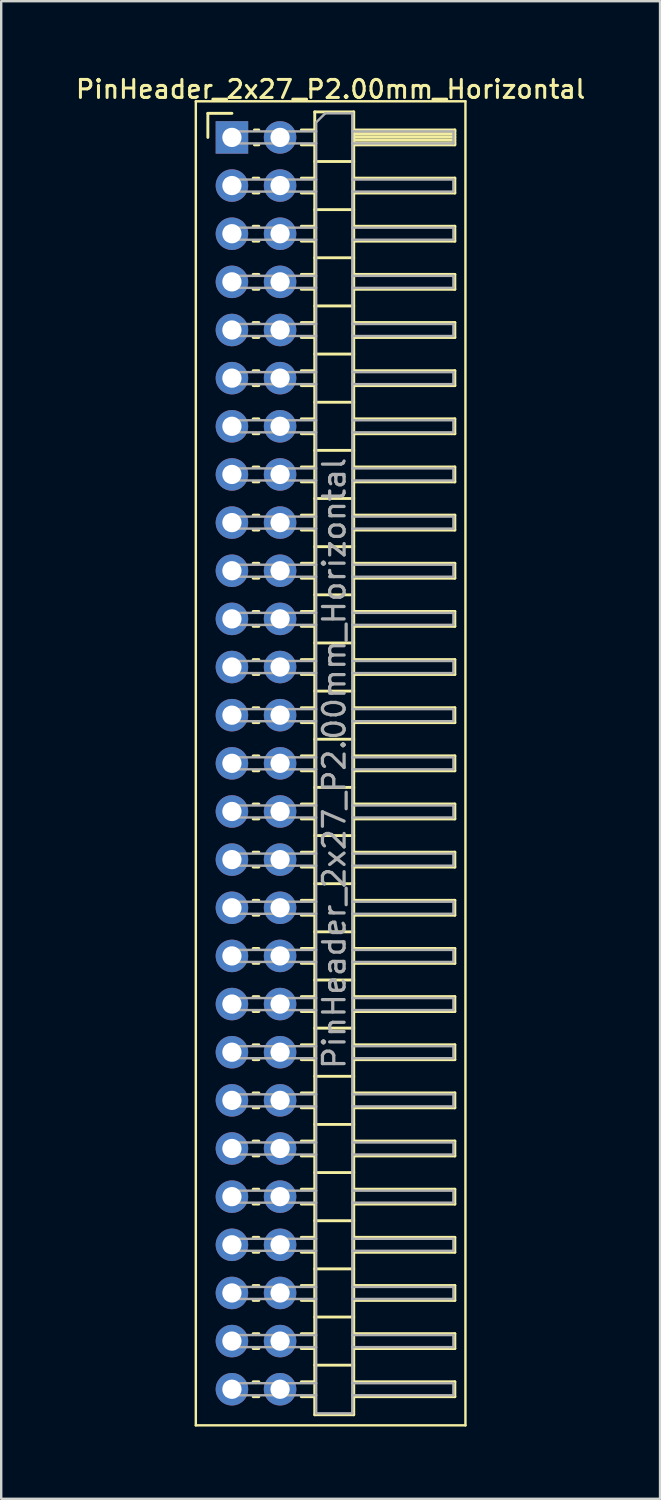
<source format=kicad_pcb>
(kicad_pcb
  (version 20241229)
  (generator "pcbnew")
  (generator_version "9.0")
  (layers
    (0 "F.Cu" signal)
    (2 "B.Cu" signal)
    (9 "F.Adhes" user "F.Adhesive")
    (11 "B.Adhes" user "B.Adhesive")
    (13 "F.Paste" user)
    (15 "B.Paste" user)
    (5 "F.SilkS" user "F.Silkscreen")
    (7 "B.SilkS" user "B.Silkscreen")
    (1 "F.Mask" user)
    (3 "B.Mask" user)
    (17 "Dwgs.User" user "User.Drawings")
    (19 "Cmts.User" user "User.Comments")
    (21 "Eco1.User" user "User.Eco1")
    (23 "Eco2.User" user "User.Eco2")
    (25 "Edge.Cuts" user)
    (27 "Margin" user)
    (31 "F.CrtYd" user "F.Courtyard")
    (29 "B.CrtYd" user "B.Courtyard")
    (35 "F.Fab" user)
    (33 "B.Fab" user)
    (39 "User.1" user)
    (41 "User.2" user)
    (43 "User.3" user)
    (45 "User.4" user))
  (footprint "PinHeader_2x27_P2.00mm_Horizontal"
    (layer "F.Cu")
    (at 6.584 2.658)
    (property "Reference" "PinHeader_2x27_P2.00mm_Horizontal" (at 4.1 -2 0) (layer "F.SilkS") (effects (font (size 0.75 0.75) (thickness 0.125))))
    (attr through_hole)
    (fp_line (start -1.5 -1.5) (end -1.5 53.5) (stroke (width 0.1) (type solid)) (layer "F.SilkS"))
    (fp_line (start -1.5 53.5) (end 9.7 53.5) (stroke (width 0.1) (type solid)) (layer "F.SilkS"))
    (fp_line (start -1 -1) (end 0 -1) (stroke (width 0.12) (type solid)) (layer "F.SilkS"))
    (fp_line (start -1 0) (end -1 -1) (stroke (width 0.12) (type solid)) (layer "F.SilkS"))
    (fp_line (start 0.882 1.69) (end 1.118 1.69) (stroke (width 0.12) (type solid)) (layer "F.SilkS"))
    (fp_line (start 0.882 2.31) (end 1.118 2.31) (stroke (width 0.12) (type solid)) (layer "F.SilkS"))
    (fp_line (start 0.882 3.69) (end 1.118 3.69) (stroke (width 0.12) (type solid)) (layer "F.SilkS"))
    (fp_line (start 0.882 4.31) (end 1.118 4.31) (stroke (width 0.12) (type solid)) (layer "F.SilkS"))
    (fp_line (start 0.882 5.69) (end 1.118 5.69) (stroke (width 0.12) (type solid)) (layer "F.SilkS"))
    (fp_line (start 0.882 6.31) (end 1.118 6.31) (stroke (width 0.12) (type solid)) (layer "F.SilkS"))
    (fp_line (start 0.882 7.69) (end 1.118 7.69) (stroke (width 0.12) (type solid)) (layer "F.SilkS"))
    (fp_line (start 0.882 8.31) (end 1.118 8.31) (stroke (width 0.12) (type solid)) (layer "F.SilkS"))
    (fp_line (start 0.882 9.69) (end 1.118 9.69) (stroke (width 0.12) (type solid)) (layer "F.SilkS"))
    (fp_line (start 0.882 10.31) (end 1.118 10.31) (stroke (width 0.12) (type solid)) (layer "F.SilkS"))
    (fp_line (start 0.882 11.69) (end 1.118 11.69) (stroke (width 0.12) (type solid)) (layer "F.SilkS"))
    (fp_line (start 0.882 12.31) (end 1.118 12.31) (stroke (width 0.12) (type solid)) (layer "F.SilkS"))
    (fp_line (start 0.882 13.69) (end 1.118 13.69) (stroke (width 0.12) (type solid)) (layer "F.SilkS"))
    (fp_line (start 0.882 14.31) (end 1.118 14.31) (stroke (width 0.12) (type solid)) (layer "F.SilkS"))
    (fp_line (start 0.882 15.69) (end 1.118 15.69) (stroke (width 0.12) (type solid)) (layer "F.SilkS"))
    (fp_line (start 0.882 16.31) (end 1.118 16.31) (stroke (width 0.12) (type solid)) (layer "F.SilkS"))
    (fp_line (start 0.882 17.69) (end 1.118 17.69) (stroke (width 0.12) (type solid)) (layer "F.SilkS"))
    (fp_line (start 0.882 18.31) (end 1.118 18.31) (stroke (width 0.12) (type solid)) (layer "F.SilkS"))
    (fp_line (start 0.882 19.69) (end 1.118 19.69) (stroke (width 0.12) (type solid)) (layer "F.SilkS"))
    (fp_line (start 0.882 20.31) (end 1.118 20.31) (stroke (width 0.12) (type solid)) (layer "F.SilkS"))
    (fp_line (start 0.882 21.69) (end 1.118 21.69) (stroke (width 0.12) (type solid)) (layer "F.SilkS"))
    (fp_line (start 0.882 22.31) (end 1.118 22.31) (stroke (width 0.12) (type solid)) (layer "F.SilkS"))
    (fp_line (start 0.882 23.69) (end 1.118 23.69) (stroke (width 0.12) (type solid)) (layer "F.SilkS"))
    (fp_line (start 0.882 24.31) (end 1.118 24.31) (stroke (width 0.12) (type solid)) (layer "F.SilkS"))
    (fp_line (start 0.882 25.69) (end 1.118 25.69) (stroke (width 0.12) (type solid)) (layer "F.SilkS"))
    (fp_line (start 0.882 26.31) (end 1.118 26.31) (stroke (width 0.12) (type solid)) (layer "F.SilkS"))
    (fp_line (start 0.882 27.69) (end 1.118 27.69) (stroke (width 0.12) (type solid)) (layer "F.SilkS"))
    (fp_line (start 0.882 28.31) (end 1.118 28.31) (stroke (width 0.12) (type solid)) (layer "F.SilkS"))
    (fp_line (start 0.882 29.69) (end 1.118 29.69) (stroke (width 0.12) (type solid)) (layer "F.SilkS"))
    (fp_line (start 0.882 30.31) (end 1.118 30.31) (stroke (width 0.12) (type solid)) (layer "F.SilkS"))
    (fp_line (start 0.882 31.69) (end 1.118 31.69) (stroke (width 0.12) (type solid)) (layer "F.SilkS"))
    (fp_line (start 0.882 32.31) (end 1.118 32.31) (stroke (width 0.12) (type solid)) (layer "F.SilkS"))
    (fp_line (start 0.882 33.69) (end 1.118 33.69) (stroke (width 0.12) (type solid)) (layer "F.SilkS"))
    (fp_line (start 0.882 34.31) (end 1.118 34.31) (stroke (width 0.12) (type solid)) (layer "F.SilkS"))
    (fp_line (start 0.882 35.69) (end 1.118 35.69) (stroke (width 0.12) (type solid)) (layer "F.SilkS"))
    (fp_line (start 0.882 36.31) (end 1.118 36.31) (stroke (width 0.12) (type solid)) (layer "F.SilkS"))
    (fp_line (start 0.882 37.69) (end 1.118 37.69) (stroke (width 0.12) (type solid)) (layer "F.SilkS"))
    (fp_line (start 0.882 38.31) (end 1.118 38.31) (stroke (width 0.12) (type solid)) (layer "F.SilkS"))
    (fp_line (start 0.882 39.69) (end 1.118 39.69) (stroke (width 0.12) (type solid)) (layer "F.SilkS"))
    (fp_line (start 0.882 40.31) (end 1.118 40.31) (stroke (width 0.12) (type solid)) (layer "F.SilkS"))
    (fp_line (start 0.882 41.69) (end 1.118 41.69) (stroke (width 0.12) (type solid)) (layer "F.SilkS"))
    (fp_line (start 0.882 42.31) (end 1.118 42.31) (stroke (width 0.12) (type solid)) (layer "F.SilkS"))
    (fp_line (start 0.882 43.69) (end 1.118 43.69) (stroke (width 0.12) (type solid)) (layer "F.SilkS"))
    (fp_line (start 0.882 44.31) (end 1.118 44.31) (stroke (width 0.12) (type solid)) (layer "F.SilkS"))
    (fp_line (start 0.882 45.69) (end 1.118 45.69) (stroke (width 0.12) (type solid)) (layer "F.SilkS"))
    (fp_line (start 0.882 46.31) (end 1.118 46.31) (stroke (width 0.12) (type solid)) (layer "F.SilkS"))
    (fp_line (start 0.882 47.69) (end 1.118 47.69) (stroke (width 0.12) (type solid)) (layer "F.SilkS"))
    (fp_line (start 0.882 48.31) (end 1.118 48.31) (stroke (width 0.12) (type solid)) (layer "F.SilkS"))
    (fp_line (start 0.882 49.69) (end 1.118 49.69) (stroke (width 0.12) (type solid)) (layer "F.SilkS"))
    (fp_line (start 0.882 50.31) (end 1.118 50.31) (stroke (width 0.12) (type solid)) (layer "F.SilkS"))
    (fp_line (start 0.882 51.69) (end 1.118 51.69) (stroke (width 0.12) (type solid)) (layer "F.SilkS"))
    (fp_line (start 0.882 52.31) (end 1.118 52.31) (stroke (width 0.12) (type solid)) (layer "F.SilkS"))
    (fp_line (start 0.935 -0.31) (end 1.118 -0.31) (stroke (width 0.12) (type solid)) (layer "F.SilkS"))
    (fp_line (start 0.935 0.31) (end 1.118 0.31) (stroke (width 0.12) (type solid)) (layer "F.SilkS"))
    (fp_line (start 2.882 -0.31) (end 3.44 -0.31) (stroke (width 0.12) (type solid)) (layer "F.SilkS"))
    (fp_line (start 2.882 0.31) (end 3.44 0.31) (stroke (width 0.12) (type solid)) (layer "F.SilkS"))
    (fp_line (start 2.882 1.69) (end 3.44 1.69) (stroke (width 0.12) (type solid)) (layer "F.SilkS"))
    (fp_line (start 2.882 2.31) (end 3.44 2.31) (stroke (width 0.12) (type solid)) (layer "F.SilkS"))
    (fp_line (start 2.882 3.69) (end 3.44 3.69) (stroke (width 0.12) (type solid)) (layer "F.SilkS"))
    (fp_line (start 2.882 4.31) (end 3.44 4.31) (stroke (width 0.12) (type solid)) (layer "F.SilkS"))
    (fp_line (start 2.882 5.69) (end 3.44 5.69) (stroke (width 0.12) (type solid)) (layer "F.SilkS"))
    (fp_line (start 2.882 6.31) (end 3.44 6.31) (stroke (width 0.12) (type solid)) (layer "F.SilkS"))
    (fp_line (start 2.882 7.69) (end 3.44 7.69) (stroke (width 0.12) (type solid)) (layer "F.SilkS"))
    (fp_line (start 2.882 8.31) (end 3.44 8.31) (stroke (width 0.12) (type solid)) (layer "F.SilkS"))
    (fp_line (start 2.882 9.69) (end 3.44 9.69) (stroke (width 0.12) (type solid)) (layer "F.SilkS"))
    (fp_line (start 2.882 10.31) (end 3.44 10.31) (stroke (width 0.12) (type solid)) (layer "F.SilkS"))
    (fp_line (start 2.882 11.69) (end 3.44 11.69) (stroke (width 0.12) (type solid)) (layer "F.SilkS"))
    (fp_line (start 2.882 12.31) (end 3.44 12.31) (stroke (width 0.12) (type solid)) (layer "F.SilkS"))
    (fp_line (start 2.882 13.69) (end 3.44 13.69) (stroke (width 0.12) (type solid)) (layer "F.SilkS"))
    (fp_line (start 2.882 14.31) (end 3.44 14.31) (stroke (width 0.12) (type solid)) (layer "F.SilkS"))
    (fp_line (start 2.882 15.69) (end 3.44 15.69) (stroke (width 0.12) (type solid)) (layer "F.SilkS"))
    (fp_line (start 2.882 16.31) (end 3.44 16.31) (stroke (width 0.12) (type solid)) (layer "F.SilkS"))
    (fp_line (start 2.882 17.69) (end 3.44 17.69) (stroke (width 0.12) (type solid)) (layer "F.SilkS"))
    (fp_line (start 2.882 18.31) (end 3.44 18.31) (stroke (width 0.12) (type solid)) (layer "F.SilkS"))
    (fp_line (start 2.882 19.69) (end 3.44 19.69) (stroke (width 0.12) (type solid)) (layer "F.SilkS"))
    (fp_line (start 2.882 20.31) (end 3.44 20.31) (stroke (width 0.12) (type solid)) (layer "F.SilkS"))
    (fp_line (start 2.882 21.69) (end 3.44 21.69) (stroke (width 0.12) (type solid)) (layer "F.SilkS"))
    (fp_line (start 2.882 22.31) (end 3.44 22.31) (stroke (width 0.12) (type solid)) (layer "F.SilkS"))
    (fp_line (start 2.882 23.69) (end 3.44 23.69) (stroke (width 0.12) (type solid)) (layer "F.SilkS"))
    (fp_line (start 2.882 24.31) (end 3.44 24.31) (stroke (width 0.12) (type solid)) (layer "F.SilkS"))
    (fp_line (start 2.882 25.69) (end 3.44 25.69) (stroke (width 0.12) (type solid)) (layer "F.SilkS"))
    (fp_line (start 2.882 26.31) (end 3.44 26.31) (stroke (width 0.12) (type solid)) (layer "F.SilkS"))
    (fp_line (start 2.882 27.69) (end 3.44 27.69) (stroke (width 0.12) (type solid)) (layer "F.SilkS"))
    (fp_line (start 2.882 28.31) (end 3.44 28.31) (stroke (width 0.12) (type solid)) (layer "F.SilkS"))
    (fp_line (start 2.882 29.69) (end 3.44 29.69) (stroke (width 0.12) (type solid)) (layer "F.SilkS"))
    (fp_line (start 2.882 30.31) (end 3.44 30.31) (stroke (width 0.12) (type solid)) (layer "F.SilkS"))
    (fp_line (start 2.882 31.69) (end 3.44 31.69) (stroke (width 0.12) (type solid)) (layer "F.SilkS"))
    (fp_line (start 2.882 32.31) (end 3.44 32.31) (stroke (width 0.12) (type solid)) (layer "F.SilkS"))
    (fp_line (start 2.882 33.69) (end 3.44 33.69) (stroke (width 0.12) (type solid)) (layer "F.SilkS"))
    (fp_line (start 2.882 34.31) (end 3.44 34.31) (stroke (width 0.12) (type solid)) (layer "F.SilkS"))
    (fp_line (start 2.882 35.69) (end 3.44 35.69) (stroke (width 0.12) (type solid)) (layer "F.SilkS"))
    (fp_line (start 2.882 36.31) (end 3.44 36.31) (stroke (width 0.12) (type solid)) (layer "F.SilkS"))
    (fp_line (start 2.882 37.69) (end 3.44 37.69) (stroke (width 0.12) (type solid)) (layer "F.SilkS"))
    (fp_line (start 2.882 38.31) (end 3.44 38.31) (stroke (width 0.12) (type solid)) (layer "F.SilkS"))
    (fp_line (start 2.882 39.69) (end 3.44 39.69) (stroke (width 0.12) (type solid)) (layer "F.SilkS"))
    (fp_line (start 2.882 40.31) (end 3.44 40.31) (stroke (width 0.12) (type solid)) (layer "F.SilkS"))
    (fp_line (start 2.882 41.69) (end 3.44 41.69) (stroke (width 0.12) (type solid)) (layer "F.SilkS"))
    (fp_line (start 2.882 42.31) (end 3.44 42.31) (stroke (width 0.12) (type solid)) (layer "F.SilkS"))
    (fp_line (start 2.882 43.69) (end 3.44 43.69) (stroke (width 0.12) (type solid)) (layer "F.SilkS"))
    (fp_line (start 2.882 44.31) (end 3.44 44.31) (stroke (width 0.12) (type solid)) (layer "F.SilkS"))
    (fp_line (start 2.882 45.69) (end 3.44 45.69) (stroke (width 0.12) (type solid)) (layer "F.SilkS"))
    (fp_line (start 2.882 46.31) (end 3.44 46.31) (stroke (width 0.12) (type solid)) (layer "F.SilkS"))
    (fp_line (start 2.882 47.69) (end 3.44 47.69) (stroke (width 0.12) (type solid)) (layer "F.SilkS"))
    (fp_line (start 2.882 48.31) (end 3.44 48.31) (stroke (width 0.12) (type solid)) (layer "F.SilkS"))
    (fp_line (start 2.882 49.69) (end 3.44 49.69) (stroke (width 0.12) (type solid)) (layer "F.SilkS"))
    (fp_line (start 2.882 50.31) (end 3.44 50.31) (stroke (width 0.12) (type solid)) (layer "F.SilkS"))
    (fp_line (start 2.882 51.69) (end 3.44 51.69) (stroke (width 0.12) (type solid)) (layer "F.SilkS"))
    (fp_line (start 2.882 52.31) (end 3.44 52.31) (stroke (width 0.12) (type solid)) (layer "F.SilkS"))
    (fp_line (start 3.44 -1.06) (end 3.44 53.06) (stroke (width 0.12) (type solid)) (layer "F.SilkS"))
    (fp_line (start 3.44 1) (end 5.06 1) (stroke (width 0.12) (type solid)) (layer "F.SilkS"))
    (fp_line (start 3.44 3) (end 5.06 3) (stroke (width 0.12) (type solid)) (layer "F.SilkS"))
    (fp_line (start 3.44 5) (end 5.06 5) (stroke (width 0.12) (type solid)) (layer "F.SilkS"))
    (fp_line (start 3.44 7) (end 5.06 7) (stroke (width 0.12) (type solid)) (layer "F.SilkS"))
    (fp_line (start 3.44 9) (end 5.06 9) (stroke (width 0.12) (type solid)) (layer "F.SilkS"))
    (fp_line (start 3.44 11) (end 5.06 11) (stroke (width 0.12) (type solid)) (layer "F.SilkS"))
    (fp_line (start 3.44 13) (end 5.06 13) (stroke (width 0.12) (type solid)) (layer "F.SilkS"))
    (fp_line (start 3.44 15) (end 5.06 15) (stroke (width 0.12) (type solid)) (layer "F.SilkS"))
    (fp_line (start 3.44 17) (end 5.06 17) (stroke (width 0.12) (type solid)) (layer "F.SilkS"))
    (fp_line (start 3.44 19) (end 5.06 19) (stroke (width 0.12) (type solid)) (layer "F.SilkS"))
    (fp_line (start 3.44 21) (end 5.06 21) (stroke (width 0.12) (type solid)) (layer "F.SilkS"))
    (fp_line (start 3.44 23) (end 5.06 23) (stroke (width 0.12) (type solid)) (layer "F.SilkS"))
    (fp_line (start 3.44 25) (end 5.06 25) (stroke (width 0.12) (type solid)) (layer "F.SilkS"))
    (fp_line (start 3.44 27) (end 5.06 27) (stroke (width 0.12) (type solid)) (layer "F.SilkS"))
    (fp_line (start 3.44 29) (end 5.06 29) (stroke (width 0.12) (type solid)) (layer "F.SilkS"))
    (fp_line (start 3.44 31) (end 5.06 31) (stroke (width 0.12) (type solid)) (layer "F.SilkS"))
    (fp_line (start 3.44 33) (end 5.06 33) (stroke (width 0.12) (type solid)) (layer "F.SilkS"))
    (fp_line (start 3.44 35) (end 5.06 35) (stroke (width 0.12) (type solid)) (layer "F.SilkS"))
    (fp_line (start 3.44 37) (end 5.06 37) (stroke (width 0.12) (type solid)) (layer "F.SilkS"))
    (fp_line (start 3.44 39) (end 5.06 39) (stroke (width 0.12) (type solid)) (layer "F.SilkS"))
    (fp_line (start 3.44 41) (end 5.06 41) (stroke (width 0.12) (type solid)) (layer "F.SilkS"))
    (fp_line (start 3.44 43) (end 5.06 43) (stroke (width 0.12) (type solid)) (layer "F.SilkS"))
    (fp_line (start 3.44 45) (end 5.06 45) (stroke (width 0.12) (type solid)) (layer "F.SilkS"))
    (fp_line (start 3.44 47) (end 5.06 47) (stroke (width 0.12) (type solid)) (layer "F.SilkS"))
    (fp_line (start 3.44 49) (end 5.06 49) (stroke (width 0.12) (type solid)) (layer "F.SilkS"))
    (fp_line (start 3.44 51) (end 5.06 51) (stroke (width 0.12) (type solid)) (layer "F.SilkS"))
    (fp_line (start 3.44 53.06) (end 5.06 53.06) (stroke (width 0.12) (type solid)) (layer "F.SilkS"))
    (fp_line (start 5.06 -1.06) (end 3.44 -1.06) (stroke (width 0.12) (type solid)) (layer "F.SilkS"))
    (fp_line (start 5.06 -0.31) (end 9.26 -0.31) (stroke (width 0.12) (type solid)) (layer "F.SilkS"))
    (fp_line (start 5.06 -0.25) (end 9.26 -0.25) (stroke (width 0.12) (type solid)) (layer "F.SilkS"))
    (fp_line (start 5.06 -0.13) (end 9.26 -0.13) (stroke (width 0.12) (type solid)) (layer "F.SilkS"))
    (fp_line (start 5.06 -0.01) (end 9.26 -0.01) (stroke (width 0.12) (type solid)) (layer "F.SilkS"))
    (fp_line (start 5.06 0.11) (end 9.26 0.11) (stroke (width 0.12) (type solid)) (layer "F.SilkS"))
    (fp_line (start 5.06 0.23) (end 9.26 0.23) (stroke (width 0.12) (type solid)) (layer "F.SilkS"))
    (fp_line (start 5.06 1.69) (end 9.26 1.69) (stroke (width 0.12) (type solid)) (layer "F.SilkS"))
    (fp_line (start 5.06 3.69) (end 9.26 3.69) (stroke (width 0.12) (type solid)) (layer "F.SilkS"))
    (fp_line (start 5.06 5.69) (end 9.26 5.69) (stroke (width 0.12) (type solid)) (layer "F.SilkS"))
    (fp_line (start 5.06 7.69) (end 9.26 7.69) (stroke (width 0.12) (type solid)) (layer "F.SilkS"))
    (fp_line (start 5.06 9.69) (end 9.26 9.69) (stroke (width 0.12) (type solid)) (layer "F.SilkS"))
    (fp_line (start 5.06 11.69) (end 9.26 11.69) (stroke (width 0.12) (type solid)) (layer "F.SilkS"))
    (fp_line (start 5.06 13.69) (end 9.26 13.69) (stroke (width 0.12) (type solid)) (layer "F.SilkS"))
    (fp_line (start 5.06 15.69) (end 9.26 15.69) (stroke (width 0.12) (type solid)) (layer "F.SilkS"))
    (fp_line (start 5.06 17.69) (end 9.26 17.69) (stroke (width 0.12) (type solid)) (layer "F.SilkS"))
    (fp_line (start 5.06 19.69) (end 9.26 19.69) (stroke (width 0.12) (type solid)) (layer "F.SilkS"))
    (fp_line (start 5.06 21.69) (end 9.26 21.69) (stroke (width 0.12) (type solid)) (layer "F.SilkS"))
    (fp_line (start 5.06 23.69) (end 9.26 23.69) (stroke (width 0.12) (type solid)) (layer "F.SilkS"))
    (fp_line (start 5.06 25.69) (end 9.26 25.69) (stroke (width 0.12) (type solid)) (layer "F.SilkS"))
    (fp_line (start 5.06 27.69) (end 9.26 27.69) (stroke (width 0.12) (type solid)) (layer "F.SilkS"))
    (fp_line (start 5.06 29.69) (end 9.26 29.69) (stroke (width 0.12) (type solid)) (layer "F.SilkS"))
    (fp_line (start 5.06 31.69) (end 9.26 31.69) (stroke (width 0.12) (type solid)) (layer "F.SilkS"))
    (fp_line (start 5.06 33.69) (end 9.26 33.69) (stroke (width 0.12) (type solid)) (layer "F.SilkS"))
    (fp_line (start 5.06 35.69) (end 9.26 35.69) (stroke (width 0.12) (type solid)) (layer "F.SilkS"))
    (fp_line (start 5.06 37.69) (end 9.26 37.69) (stroke (width 0.12) (type solid)) (layer "F.SilkS"))
    (fp_line (start 5.06 39.69) (end 9.26 39.69) (stroke (width 0.12) (type solid)) (layer "F.SilkS"))
    (fp_line (start 5.06 41.69) (end 9.26 41.69) (stroke (width 0.12) (type solid)) (layer "F.SilkS"))
    (fp_line (start 5.06 43.69) (end 9.26 43.69) (stroke (width 0.12) (type solid)) (layer "F.SilkS"))
    (fp_line (start 5.06 45.69) (end 9.26 45.69) (stroke (width 0.12) (type solid)) (layer "F.SilkS"))
    (fp_line (start 5.06 47.69) (end 9.26 47.69) (stroke (width 0.12) (type solid)) (layer "F.SilkS"))
    (fp_line (start 5.06 49.69) (end 9.26 49.69) (stroke (width 0.12) (type solid)) (layer "F.SilkS"))
    (fp_line (start 5.06 51.69) (end 9.26 51.69) (stroke (width 0.12) (type solid)) (layer "F.SilkS"))
    (fp_line (start 5.06 53.06) (end 5.06 -1.06) (stroke (width 0.12) (type solid)) (layer "F.SilkS"))
    (fp_line (start 9.26 -0.31) (end 9.26 0.31) (stroke (width 0.12) (type solid)) (layer "F.SilkS"))
    (fp_line (start 9.26 0.31) (end 5.06 0.31) (stroke (width 0.12) (type solid)) (layer "F.SilkS"))
    (fp_line (start 9.26 1.69) (end 9.26 2.31) (stroke (width 0.12) (type solid)) (layer "F.SilkS"))
    (fp_line (start 9.26 2.31) (end 5.06 2.31) (stroke (width 0.12) (type solid)) (layer "F.SilkS"))
    (fp_line (start 9.26 3.69) (end 9.26 4.31) (stroke (width 0.12) (type solid)) (layer "F.SilkS"))
    (fp_line (start 9.26 4.31) (end 5.06 4.31) (stroke (width 0.12) (type solid)) (layer "F.SilkS"))
    (fp_line (start 9.26 5.69) (end 9.26 6.31) (stroke (width 0.12) (type solid)) (layer "F.SilkS"))
    (fp_line (start 9.26 6.31) (end 5.06 6.31) (stroke (width 0.12) (type solid)) (layer "F.SilkS"))
    (fp_line (start 9.26 7.69) (end 9.26 8.31) (stroke (width 0.12) (type solid)) (layer "F.SilkS"))
    (fp_line (start 9.26 8.31) (end 5.06 8.31) (stroke (width 0.12) (type solid)) (layer "F.SilkS"))
    (fp_line (start 9.26 9.69) (end 9.26 10.31) (stroke (width 0.12) (type solid)) (layer "F.SilkS"))
    (fp_line (start 9.26 10.31) (end 5.06 10.31) (stroke (width 0.12) (type solid)) (layer "F.SilkS"))
    (fp_line (start 9.26 11.69) (end 9.26 12.31) (stroke (width 0.12) (type solid)) (layer "F.SilkS"))
    (fp_line (start 9.26 12.31) (end 5.06 12.31) (stroke (width 0.12) (type solid)) (layer "F.SilkS"))
    (fp_line (start 9.26 13.69) (end 9.26 14.31) (stroke (width 0.12) (type solid)) (layer "F.SilkS"))
    (fp_line (start 9.26 14.31) (end 5.06 14.31) (stroke (width 0.12) (type solid)) (layer "F.SilkS"))
    (fp_line (start 9.26 15.69) (end 9.26 16.31) (stroke (width 0.12) (type solid)) (layer "F.SilkS"))
    (fp_line (start 9.26 16.31) (end 5.06 16.31) (stroke (width 0.12) (type solid)) (layer "F.SilkS"))
    (fp_line (start 9.26 17.69) (end 9.26 18.31) (stroke (width 0.12) (type solid)) (layer "F.SilkS"))
    (fp_line (start 9.26 18.31) (end 5.06 18.31) (stroke (width 0.12) (type solid)) (layer "F.SilkS"))
    (fp_line (start 9.26 19.69) (end 9.26 20.31) (stroke (width 0.12) (type solid)) (layer "F.SilkS"))
    (fp_line (start 9.26 20.31) (end 5.06 20.31) (stroke (width 0.12) (type solid)) (layer "F.SilkS"))
    (fp_line (start 9.26 21.69) (end 9.26 22.31) (stroke (width 0.12) (type solid)) (layer "F.SilkS"))
    (fp_line (start 9.26 22.31) (end 5.06 22.31) (stroke (width 0.12) (type solid)) (layer "F.SilkS"))
    (fp_line (start 9.26 23.69) (end 9.26 24.31) (stroke (width 0.12) (type solid)) (layer "F.SilkS"))
    (fp_line (start 9.26 24.31) (end 5.06 24.31) (stroke (width 0.12) (type solid)) (layer "F.SilkS"))
    (fp_line (start 9.26 25.69) (end 9.26 26.31) (stroke (width 0.12) (type solid)) (layer "F.SilkS"))
    (fp_line (start 9.26 26.31) (end 5.06 26.31) (stroke (width 0.12) (type solid)) (layer "F.SilkS"))
    (fp_line (start 9.26 27.69) (end 9.26 28.31) (stroke (width 0.12) (type solid)) (layer "F.SilkS"))
    (fp_line (start 9.26 28.31) (end 5.06 28.31) (stroke (width 0.12) (type solid)) (layer "F.SilkS"))
    (fp_line (start 9.26 29.69) (end 9.26 30.31) (stroke (width 0.12) (type solid)) (layer "F.SilkS"))
    (fp_line (start 9.26 30.31) (end 5.06 30.31) (stroke (width 0.12) (type solid)) (layer "F.SilkS"))
    (fp_line (start 9.26 31.69) (end 9.26 32.31) (stroke (width 0.12) (type solid)) (layer "F.SilkS"))
    (fp_line (start 9.26 32.31) (end 5.06 32.31) (stroke (width 0.12) (type solid)) (layer "F.SilkS"))
    (fp_line (start 9.26 33.69) (end 9.26 34.31) (stroke (width 0.12) (type solid)) (layer "F.SilkS"))
    (fp_line (start 9.26 34.31) (end 5.06 34.31) (stroke (width 0.12) (type solid)) (layer "F.SilkS"))
    (fp_line (start 9.26 35.69) (end 9.26 36.31) (stroke (width 0.12) (type solid)) (layer "F.SilkS"))
    (fp_line (start 9.26 36.31) (end 5.06 36.31) (stroke (width 0.12) (type solid)) (layer "F.SilkS"))
    (fp_line (start 9.26 37.69) (end 9.26 38.31) (stroke (width 0.12) (type solid)) (layer "F.SilkS"))
    (fp_line (start 9.26 38.31) (end 5.06 38.31) (stroke (width 0.12) (type solid)) (layer "F.SilkS"))
    (fp_line (start 9.26 39.69) (end 9.26 40.31) (stroke (width 0.12) (type solid)) (layer "F.SilkS"))
    (fp_line (start 9.26 40.31) (end 5.06 40.31) (stroke (width 0.12) (type solid)) (layer "F.SilkS"))
    (fp_line (start 9.26 41.69) (end 9.26 42.31) (stroke (width 0.12) (type solid)) (layer "F.SilkS"))
    (fp_line (start 9.26 42.31) (end 5.06 42.31) (stroke (width 0.12) (type solid)) (layer "F.SilkS"))
    (fp_line (start 9.26 43.69) (end 9.26 44.31) (stroke (width 0.12) (type solid)) (layer "F.SilkS"))
    (fp_line (start 9.26 44.31) (end 5.06 44.31) (stroke (width 0.12) (type solid)) (layer "F.SilkS"))
    (fp_line (start 9.26 45.69) (end 9.26 46.31) (stroke (width 0.12) (type solid)) (layer "F.SilkS"))
    (fp_line (start 9.26 46.31) (end 5.06 46.31) (stroke (width 0.12) (type solid)) (layer "F.SilkS"))
    (fp_line (start 9.26 47.69) (end 9.26 48.31) (stroke (width 0.12) (type solid)) (layer "F.SilkS"))
    (fp_line (start 9.26 48.31) (end 5.06 48.31) (stroke (width 0.12) (type solid)) (layer "F.SilkS"))
    (fp_line (start 9.26 49.69) (end 9.26 50.31) (stroke (width 0.12) (type solid)) (layer "F.SilkS"))
    (fp_line (start 9.26 50.31) (end 5.06 50.31) (stroke (width 0.12) (type solid)) (layer "F.SilkS"))
    (fp_line (start 9.26 51.69) (end 9.26 52.31) (stroke (width 0.12) (type solid)) (layer "F.SilkS"))
    (fp_line (start 9.26 52.31) (end 5.06 52.31) (stroke (width 0.12) (type solid)) (layer "F.SilkS"))
    (fp_line (start 9.7 -1.5) (end -1.5 -1.5) (stroke (width 0.1) (type solid)) (layer "F.SilkS"))
    (fp_line (start 9.7 53.5) (end 9.7 -1.5) (stroke (width 0.1) (type solid)) (layer "F.SilkS"))
    (fp_line (start -0.25 -0.25) (end -0.25 0.25) (stroke (width 0.1) (type solid)) (layer "F.Fab"))
    (fp_line (start -0.25 -0.25) (end 3.5 -0.25) (stroke (width 0.1) (type solid)) (layer "F.Fab"))
    (fp_line (start -0.25 0.25) (end 3.5 0.25) (stroke (width 0.1) (type solid)) (layer "F.Fab"))
    (fp_line (start -0.25 1.75) (end -0.25 2.25) (stroke (width 0.1) (type solid)) (layer "F.Fab"))
    (fp_line (start -0.25 1.75) (end 3.5 1.75) (stroke (width 0.1) (type solid)) (layer "F.Fab"))
    (fp_line (start -0.25 2.25) (end 3.5 2.25) (stroke (width 0.1) (type solid)) (layer "F.Fab"))
    (fp_line (start -0.25 3.75) (end -0.25 4.25) (stroke (width 0.1) (type solid)) (layer "F.Fab"))
    (fp_line (start -0.25 3.75) (end 3.5 3.75) (stroke (width 0.1) (type solid)) (layer "F.Fab"))
    (fp_line (start -0.25 4.25) (end 3.5 4.25) (stroke (width 0.1) (type solid)) (layer "F.Fab"))
    (fp_line (start -0.25 5.75) (end -0.25 6.25) (stroke (width 0.1) (type solid)) (layer "F.Fab"))
    (fp_line (start -0.25 5.75) (end 3.5 5.75) (stroke (width 0.1) (type solid)) (layer "F.Fab"))
    (fp_line (start -0.25 6.25) (end 3.5 6.25) (stroke (width 0.1) (type solid)) (layer "F.Fab"))
    (fp_line (start -0.25 7.75) (end -0.25 8.25) (stroke (width 0.1) (type solid)) (layer "F.Fab"))
    (fp_line (start -0.25 7.75) (end 3.5 7.75) (stroke (width 0.1) (type solid)) (layer "F.Fab"))
    (fp_line (start -0.25 8.25) (end 3.5 8.25) (stroke (width 0.1) (type solid)) (layer "F.Fab"))
    (fp_line (start -0.25 9.75) (end -0.25 10.25) (stroke (width 0.1) (type solid)) (layer "F.Fab"))
    (fp_line (start -0.25 9.75) (end 3.5 9.75) (stroke (width 0.1) (type solid)) (layer "F.Fab"))
    (fp_line (start -0.25 10.25) (end 3.5 10.25) (stroke (width 0.1) (type solid)) (layer "F.Fab"))
    (fp_line (start -0.25 11.75) (end -0.25 12.25) (stroke (width 0.1) (type solid)) (layer "F.Fab"))
    (fp_line (start -0.25 11.75) (end 3.5 11.75) (stroke (width 0.1) (type solid)) (layer "F.Fab"))
    (fp_line (start -0.25 12.25) (end 3.5 12.25) (stroke (width 0.1) (type solid)) (layer "F.Fab"))
    (fp_line (start -0.25 13.75) (end -0.25 14.25) (stroke (width 0.1) (type solid)) (layer "F.Fab"))
    (fp_line (start -0.25 13.75) (end 3.5 13.75) (stroke (width 0.1) (type solid)) (layer "F.Fab"))
    (fp_line (start -0.25 14.25) (end 3.5 14.25) (stroke (width 0.1) (type solid)) (layer "F.Fab"))
    (fp_line (start -0.25 15.75) (end -0.25 16.25) (stroke (width 0.1) (type solid)) (layer "F.Fab"))
    (fp_line (start -0.25 15.75) (end 3.5 15.75) (stroke (width 0.1) (type solid)) (layer "F.Fab"))
    (fp_line (start -0.25 16.25) (end 3.5 16.25) (stroke (width 0.1) (type solid)) (layer "F.Fab"))
    (fp_line (start -0.25 17.75) (end -0.25 18.25) (stroke (width 0.1) (type solid)) (layer "F.Fab"))
    (fp_line (start -0.25 17.75) (end 3.5 17.75) (stroke (width 0.1) (type solid)) (layer "F.Fab"))
    (fp_line (start -0.25 18.25) (end 3.5 18.25) (stroke (width 0.1) (type solid)) (layer "F.Fab"))
    (fp_line (start -0.25 19.75) (end -0.25 20.25) (stroke (width 0.1) (type solid)) (layer "F.Fab"))
    (fp_line (start -0.25 19.75) (end 3.5 19.75) (stroke (width 0.1) (type solid)) (layer "F.Fab"))
    (fp_line (start -0.25 20.25) (end 3.5 20.25) (stroke (width 0.1) (type solid)) (layer "F.Fab"))
    (fp_line (start -0.25 21.75) (end -0.25 22.25) (stroke (width 0.1) (type solid)) (layer "F.Fab"))
    (fp_line (start -0.25 21.75) (end 3.5 21.75) (stroke (width 0.1) (type solid)) (layer "F.Fab"))
    (fp_line (start -0.25 22.25) (end 3.5 22.25) (stroke (width 0.1) (type solid)) (layer "F.Fab"))
    (fp_line (start -0.25 23.75) (end -0.25 24.25) (stroke (width 0.1) (type solid)) (layer "F.Fab"))
    (fp_line (start -0.25 23.75) (end 3.5 23.75) (stroke (width 0.1) (type solid)) (layer "F.Fab"))
    (fp_line (start -0.25 24.25) (end 3.5 24.25) (stroke (width 0.1) (type solid)) (layer "F.Fab"))
    (fp_line (start -0.25 25.75) (end -0.25 26.25) (stroke (width 0.1) (type solid)) (layer "F.Fab"))
    (fp_line (start -0.25 25.75) (end 3.5 25.75) (stroke (width 0.1) (type solid)) (layer "F.Fab"))
    (fp_line (start -0.25 26.25) (end 3.5 26.25) (stroke (width 0.1) (type solid)) (layer "F.Fab"))
    (fp_line (start -0.25 27.75) (end -0.25 28.25) (stroke (width 0.1) (type solid)) (layer "F.Fab"))
    (fp_line (start -0.25 27.75) (end 3.5 27.75) (stroke (width 0.1) (type solid)) (layer "F.Fab"))
    (fp_line (start -0.25 28.25) (end 3.5 28.25) (stroke (width 0.1) (type solid)) (layer "F.Fab"))
    (fp_line (start -0.25 29.75) (end -0.25 30.25) (stroke (width 0.1) (type solid)) (layer "F.Fab"))
    (fp_line (start -0.25 29.75) (end 3.5 29.75) (stroke (width 0.1) (type solid)) (layer "F.Fab"))
    (fp_line (start -0.25 30.25) (end 3.5 30.25) (stroke (width 0.1) (type solid)) (layer "F.Fab"))
    (fp_line (start -0.25 31.75) (end -0.25 32.25) (stroke (width 0.1) (type solid)) (layer "F.Fab"))
    (fp_line (start -0.25 31.75) (end 3.5 31.75) (stroke (width 0.1) (type solid)) (layer "F.Fab"))
    (fp_line (start -0.25 32.25) (end 3.5 32.25) (stroke (width 0.1) (type solid)) (layer "F.Fab"))
    (fp_line (start -0.25 33.75) (end -0.25 34.25) (stroke (width 0.1) (type solid)) (layer "F.Fab"))
    (fp_line (start -0.25 33.75) (end 3.5 33.75) (stroke (width 0.1) (type solid)) (layer "F.Fab"))
    (fp_line (start -0.25 34.25) (end 3.5 34.25) (stroke (width 0.1) (type solid)) (layer "F.Fab"))
    (fp_line (start -0.25 35.75) (end -0.25 36.25) (stroke (width 0.1) (type solid)) (layer "F.Fab"))
    (fp_line (start -0.25 35.75) (end 3.5 35.75) (stroke (width 0.1) (type solid)) (layer "F.Fab"))
    (fp_line (start -0.25 36.25) (end 3.5 36.25) (stroke (width 0.1) (type solid)) (layer "F.Fab"))
    (fp_line (start -0.25 37.75) (end -0.25 38.25) (stroke (width 0.1) (type solid)) (layer "F.Fab"))
    (fp_line (start -0.25 37.75) (end 3.5 37.75) (stroke (width 0.1) (type solid)) (layer "F.Fab"))
    (fp_line (start -0.25 38.25) (end 3.5 38.25) (stroke (width 0.1) (type solid)) (layer "F.Fab"))
    (fp_line (start -0.25 39.75) (end -0.25 40.25) (stroke (width 0.1) (type solid)) (layer "F.Fab"))
    (fp_line (start -0.25 39.75) (end 3.5 39.75) (stroke (width 0.1) (type solid)) (layer "F.Fab"))
    (fp_line (start -0.25 40.25) (end 3.5 40.25) (stroke (width 0.1) (type solid)) (layer "F.Fab"))
    (fp_line (start -0.25 41.75) (end -0.25 42.25) (stroke (width 0.1) (type solid)) (layer "F.Fab"))
    (fp_line (start -0.25 41.75) (end 3.5 41.75) (stroke (width 0.1) (type solid)) (layer "F.Fab"))
    (fp_line (start -0.25 42.25) (end 3.5 42.25) (stroke (width 0.1) (type solid)) (layer "F.Fab"))
    (fp_line (start -0.25 43.75) (end -0.25 44.25) (stroke (width 0.1) (type solid)) (layer "F.Fab"))
    (fp_line (start -0.25 43.75) (end 3.5 43.75) (stroke (width 0.1) (type solid)) (layer "F.Fab"))
    (fp_line (start -0.25 44.25) (end 3.5 44.25) (stroke (width 0.1) (type solid)) (layer "F.Fab"))
    (fp_line (start -0.25 45.75) (end -0.25 46.25) (stroke (width 0.1) (type solid)) (layer "F.Fab"))
    (fp_line (start -0.25 45.75) (end 3.5 45.75) (stroke (width 0.1) (type solid)) (layer "F.Fab"))
    (fp_line (start -0.25 46.25) (end 3.5 46.25) (stroke (width 0.1) (type solid)) (layer "F.Fab"))
    (fp_line (start -0.25 47.75) (end -0.25 48.25) (stroke (width 0.1) (type solid)) (layer "F.Fab"))
    (fp_line (start -0.25 47.75) (end 3.5 47.75) (stroke (width 0.1) (type solid)) (layer "F.Fab"))
    (fp_line (start -0.25 48.25) (end 3.5 48.25) (stroke (width 0.1) (type solid)) (layer "F.Fab"))
    (fp_line (start -0.25 49.75) (end -0.25 50.25) (stroke (width 0.1) (type solid)) (layer "F.Fab"))
    (fp_line (start -0.25 49.75) (end 3.5 49.75) (stroke (width 0.1) (type solid)) (layer "F.Fab"))
    (fp_line (start -0.25 50.25) (end 3.5 50.25) (stroke (width 0.1) (type solid)) (layer "F.Fab"))
    (fp_line (start -0.25 51.75) (end -0.25 52.25) (stroke (width 0.1) (type solid)) (layer "F.Fab"))
    (fp_line (start -0.25 51.75) (end 3.5 51.75) (stroke (width 0.1) (type solid)) (layer "F.Fab"))
    (fp_line (start -0.25 52.25) (end 3.5 52.25) (stroke (width 0.1) (type solid)) (layer "F.Fab"))
    (fp_line (start 3.5 -0.625) (end 3.875 -1) (stroke (width 0.1) (type solid)) (layer "F.Fab"))
    (fp_line (start 3.5 53) (end 3.5 -0.625) (stroke (width 0.1) (type solid)) (layer "F.Fab"))
    (fp_line (start 3.875 -1) (end 5 -1) (stroke (width 0.1) (type solid)) (layer "F.Fab"))
    (fp_line (start 5 -1) (end 5 53) (stroke (width 0.1) (type solid)) (layer "F.Fab"))
    (fp_line (start 5 -0.25) (end 9.2 -0.25) (stroke (width 0.1) (type solid)) (layer "F.Fab"))
    (fp_line (start 5 0.25) (end 9.2 0.25) (stroke (width 0.1) (type solid)) (layer "F.Fab"))
    (fp_line (start 5 1.75) (end 9.2 1.75) (stroke (width 0.1) (type solid)) (layer "F.Fab"))
    (fp_line (start 5 2.25) (end 9.2 2.25) (stroke (width 0.1) (type solid)) (layer "F.Fab"))
    (fp_line (start 5 3.75) (end 9.2 3.75) (stroke (width 0.1) (type solid)) (layer "F.Fab"))
    (fp_line (start 5 4.25) (end 9.2 4.25) (stroke (width 0.1) (type solid)) (layer "F.Fab"))
    (fp_line (start 5 5.75) (end 9.2 5.75) (stroke (width 0.1) (type solid)) (layer "F.Fab"))
    (fp_line (start 5 6.25) (end 9.2 6.25) (stroke (width 0.1) (type solid)) (layer "F.Fab"))
    (fp_line (start 5 7.75) (end 9.2 7.75) (stroke (width 0.1) (type solid)) (layer "F.Fab"))
    (fp_line (start 5 8.25) (end 9.2 8.25) (stroke (width 0.1) (type solid)) (layer "F.Fab"))
    (fp_line (start 5 9.75) (end 9.2 9.75) (stroke (width 0.1) (type solid)) (layer "F.Fab"))
    (fp_line (start 5 10.25) (end 9.2 10.25) (stroke (width 0.1) (type solid)) (layer "F.Fab"))
    (fp_line (start 5 11.75) (end 9.2 11.75) (stroke (width 0.1) (type solid)) (layer "F.Fab"))
    (fp_line (start 5 12.25) (end 9.2 12.25) (stroke (width 0.1) (type solid)) (layer "F.Fab"))
    (fp_line (start 5 13.75) (end 9.2 13.75) (stroke (width 0.1) (type solid)) (layer "F.Fab"))
    (fp_line (start 5 14.25) (end 9.2 14.25) (stroke (width 0.1) (type solid)) (layer "F.Fab"))
    (fp_line (start 5 15.75) (end 9.2 15.75) (stroke (width 0.1) (type solid)) (layer "F.Fab"))
    (fp_line (start 5 16.25) (end 9.2 16.25) (stroke (width 0.1) (type solid)) (layer "F.Fab"))
    (fp_line (start 5 17.75) (end 9.2 17.75) (stroke (width 0.1) (type solid)) (layer "F.Fab"))
    (fp_line (start 5 18.25) (end 9.2 18.25) (stroke (width 0.1) (type solid)) (layer "F.Fab"))
    (fp_line (start 5 19.75) (end 9.2 19.75) (stroke (width 0.1) (type solid)) (layer "F.Fab"))
    (fp_line (start 5 20.25) (end 9.2 20.25) (stroke (width 0.1) (type solid)) (layer "F.Fab"))
    (fp_line (start 5 21.75) (end 9.2 21.75) (stroke (width 0.1) (type solid)) (layer "F.Fab"))
    (fp_line (start 5 22.25) (end 9.2 22.25) (stroke (width 0.1) (type solid)) (layer "F.Fab"))
    (fp_line (start 5 23.75) (end 9.2 23.75) (stroke (width 0.1) (type solid)) (layer "F.Fab"))
    (fp_line (start 5 24.25) (end 9.2 24.25) (stroke (width 0.1) (type solid)) (layer "F.Fab"))
    (fp_line (start 5 25.75) (end 9.2 25.75) (stroke (width 0.1) (type solid)) (layer "F.Fab"))
    (fp_line (start 5 26.25) (end 9.2 26.25) (stroke (width 0.1) (type solid)) (layer "F.Fab"))
    (fp_line (start 5 27.75) (end 9.2 27.75) (stroke (width 0.1) (type solid)) (layer "F.Fab"))
    (fp_line (start 5 28.25) (end 9.2 28.25) (stroke (width 0.1) (type solid)) (layer "F.Fab"))
    (fp_line (start 5 29.75) (end 9.2 29.75) (stroke (width 0.1) (type solid)) (layer "F.Fab"))
    (fp_line (start 5 30.25) (end 9.2 30.25) (stroke (width 0.1) (type solid)) (layer "F.Fab"))
    (fp_line (start 5 31.75) (end 9.2 31.75) (stroke (width 0.1) (type solid)) (layer "F.Fab"))
    (fp_line (start 5 32.25) (end 9.2 32.25) (stroke (width 0.1) (type solid)) (layer "F.Fab"))
    (fp_line (start 5 33.75) (end 9.2 33.75) (stroke (width 0.1) (type solid)) (layer "F.Fab"))
    (fp_line (start 5 34.25) (end 9.2 34.25) (stroke (width 0.1) (type solid)) (layer "F.Fab"))
    (fp_line (start 5 35.75) (end 9.2 35.75) (stroke (width 0.1) (type solid)) (layer "F.Fab"))
    (fp_line (start 5 36.25) (end 9.2 36.25) (stroke (width 0.1) (type solid)) (layer "F.Fab"))
    (fp_line (start 5 37.75) (end 9.2 37.75) (stroke (width 0.1) (type solid)) (layer "F.Fab"))
    (fp_line (start 5 38.25) (end 9.2 38.25) (stroke (width 0.1) (type solid)) (layer "F.Fab"))
    (fp_line (start 5 39.75) (end 9.2 39.75) (stroke (width 0.1) (type solid)) (layer "F.Fab"))
    (fp_line (start 5 40.25) (end 9.2 40.25) (stroke (width 0.1) (type solid)) (layer "F.Fab"))
    (fp_line (start 5 41.75) (end 9.2 41.75) (stroke (width 0.1) (type solid)) (layer "F.Fab"))
    (fp_line (start 5 42.25) (end 9.2 42.25) (stroke (width 0.1) (type solid)) (layer "F.Fab"))
    (fp_line (start 5 43.75) (end 9.2 43.75) (stroke (width 0.1) (type solid)) (layer "F.Fab"))
    (fp_line (start 5 44.25) (end 9.2 44.25) (stroke (width 0.1) (type solid)) (layer "F.Fab"))
    (fp_line (start 5 45.75) (end 9.2 45.75) (stroke (width 0.1) (type solid)) (layer "F.Fab"))
    (fp_line (start 5 46.25) (end 9.2 46.25) (stroke (width 0.1) (type solid)) (layer "F.Fab"))
    (fp_line (start 5 47.75) (end 9.2 47.75) (stroke (width 0.1) (type solid)) (layer "F.Fab"))
    (fp_line (start 5 48.25) (end 9.2 48.25) (stroke (width 0.1) (type solid)) (layer "F.Fab"))
    (fp_line (start 5 49.75) (end 9.2 49.75) (stroke (width 0.1) (type solid)) (layer "F.Fab"))
    (fp_line (start 5 50.25) (end 9.2 50.25) (stroke (width 0.1) (type solid)) (layer "F.Fab"))
    (fp_line (start 5 51.75) (end 9.2 51.75) (stroke (width 0.1) (type solid)) (layer "F.Fab"))
    (fp_line (start 5 52.25) (end 9.2 52.25) (stroke (width 0.1) (type solid)) (layer "F.Fab"))
    (fp_line (start 5 53) (end 3.5 53) (stroke (width 0.1) (type solid)) (layer "F.Fab"))
    (fp_line (start 9.2 -0.25) (end 9.2 0.25) (stroke (width 0.1) (type solid)) (layer "F.Fab"))
    (fp_line (start 9.2 1.75) (end 9.2 2.25) (stroke (width 0.1) (type solid)) (layer "F.Fab"))
    (fp_line (start 9.2 3.75) (end 9.2 4.25) (stroke (width 0.1) (type solid)) (layer "F.Fab"))
    (fp_line (start 9.2 5.75) (end 9.2 6.25) (stroke (width 0.1) (type solid)) (layer "F.Fab"))
    (fp_line (start 9.2 7.75) (end 9.2 8.25) (stroke (width 0.1) (type solid)) (layer "F.Fab"))
    (fp_line (start 9.2 9.75) (end 9.2 10.25) (stroke (width 0.1) (type solid)) (layer "F.Fab"))
    (fp_line (start 9.2 11.75) (end 9.2 12.25) (stroke (width 0.1) (type solid)) (layer "F.Fab"))
    (fp_line (start 9.2 13.75) (end 9.2 14.25) (stroke (width 0.1) (type solid)) (layer "F.Fab"))
    (fp_line (start 9.2 15.75) (end 9.2 16.25) (stroke (width 0.1) (type solid)) (layer "F.Fab"))
    (fp_line (start 9.2 17.75) (end 9.2 18.25) (stroke (width 0.1) (type solid)) (layer "F.Fab"))
    (fp_line (start 9.2 19.75) (end 9.2 20.25) (stroke (width 0.1) (type solid)) (layer "F.Fab"))
    (fp_line (start 9.2 21.75) (end 9.2 22.25) (stroke (width 0.1) (type solid)) (layer "F.Fab"))
    (fp_line (start 9.2 23.75) (end 9.2 24.25) (stroke (width 0.1) (type solid)) (layer "F.Fab"))
    (fp_line (start 9.2 25.75) (end 9.2 26.25) (stroke (width 0.1) (type solid)) (layer "F.Fab"))
    (fp_line (start 9.2 27.75) (end 9.2 28.25) (stroke (width 0.1) (type solid)) (layer "F.Fab"))
    (fp_line (start 9.2 29.75) (end 9.2 30.25) (stroke (width 0.1) (type solid)) (layer "F.Fab"))
    (fp_line (start 9.2 31.75) (end 9.2 32.25) (stroke (width 0.1) (type solid)) (layer "F.Fab"))
    (fp_line (start 9.2 33.75) (end 9.2 34.25) (stroke (width 0.1) (type solid)) (layer "F.Fab"))
    (fp_line (start 9.2 35.75) (end 9.2 36.25) (stroke (width 0.1) (type solid)) (layer "F.Fab"))
    (fp_line (start 9.2 37.75) (end 9.2 38.25) (stroke (width 0.1) (type solid)) (layer "F.Fab"))
    (fp_line (start 9.2 39.75) (end 9.2 40.25) (stroke (width 0.1) (type solid)) (layer "F.Fab"))
    (fp_line (start 9.2 41.75) (end 9.2 42.25) (stroke (width 0.1) (type solid)) (layer "F.Fab"))
    (fp_line (start 9.2 43.75) (end 9.2 44.25) (stroke (width 0.1) (type solid)) (layer "F.Fab"))
    (fp_line (start 9.2 45.75) (end 9.2 46.25) (stroke (width 0.1) (type solid)) (layer "F.Fab"))
    (fp_line (start 9.2 47.75) (end 9.2 48.25) (stroke (width 0.1) (type solid)) (layer "F.Fab"))
    (fp_line (start 9.2 49.75) (end 9.2 50.25) (stroke (width 0.1) (type solid)) (layer "F.Fab"))
    (fp_line (start 9.2 51.75) (end 9.2 52.25) (stroke (width 0.1) (type solid)) (layer "F.Fab"))
    (fp_text user "${REFERENCE}" (at 4.25 26 90) (layer "F.Fab") (effects (font (size 0.9 0.9) (thickness 0.135))))
    (pad "1" thru_hole rect (at 0 0) (size 1.35 1.35) (drill 0.8) (layers "*.Cu" "*.Mask"))
    (pad "2" thru_hole oval (at 2 0) (size 1.35 1.35) (drill 0.8) (layers "*.Cu" "*.Mask"))
    (pad "3" thru_hole oval (at 0 2) (size 1.35 1.35) (drill 0.8) (layers "*.Cu" "*.Mask"))
    (pad "4" thru_hole oval (at 2 2) (size 1.35 1.35) (drill 0.8) (layers "*.Cu" "*.Mask"))
    (pad "5" thru_hole oval (at 0 4) (size 1.35 1.35) (drill 0.8) (layers "*.Cu" "*.Mask"))
    (pad "6" thru_hole oval (at 2 4) (size 1.35 1.35) (drill 0.8) (layers "*.Cu" "*.Mask"))
    (pad "7" thru_hole oval (at 0 6) (size 1.35 1.35) (drill 0.8) (layers "*.Cu" "*.Mask"))
    (pad "8" thru_hole oval (at 2 6) (size 1.35 1.35) (drill 0.8) (layers "*.Cu" "*.Mask"))
    (pad "9" thru_hole oval (at 0 8) (size 1.35 1.35) (drill 0.8) (layers "*.Cu" "*.Mask"))
    (pad "10" thru_hole oval (at 2 8) (size 1.35 1.35) (drill 0.8) (layers "*.Cu" "*.Mask"))
    (pad "11" thru_hole oval (at 0 10) (size 1.35 1.35) (drill 0.8) (layers "*.Cu" "*.Mask"))
    (pad "12" thru_hole oval (at 2 10) (size 1.35 1.35) (drill 0.8) (layers "*.Cu" "*.Mask"))
    (pad "13" thru_hole oval (at 0 12) (size 1.35 1.35) (drill 0.8) (layers "*.Cu" "*.Mask"))
    (pad "14" thru_hole oval (at 2 12) (size 1.35 1.35) (drill 0.8) (layers "*.Cu" "*.Mask"))
    (pad "15" thru_hole oval (at 0 14) (size 1.35 1.35) (drill 0.8) (layers "*.Cu" "*.Mask"))
    (pad "16" thru_hole oval (at 2 14) (size 1.35 1.35) (drill 0.8) (layers "*.Cu" "*.Mask"))
    (pad "17" thru_hole oval (at 0 16) (size 1.35 1.35) (drill 0.8) (layers "*.Cu" "*.Mask"))
    (pad "18" thru_hole oval (at 2 16) (size 1.35 1.35) (drill 0.8) (layers "*.Cu" "*.Mask"))
    (pad "19" thru_hole oval (at 0 18) (size 1.35 1.35) (drill 0.8) (layers "*.Cu" "*.Mask"))
    (pad "20" thru_hole oval (at 2 18) (size 1.35 1.35) (drill 0.8) (layers "*.Cu" "*.Mask"))
    (pad "21" thru_hole oval (at 0 20) (size 1.35 1.35) (drill 0.8) (layers "*.Cu" "*.Mask"))
    (pad "22" thru_hole oval (at 2 20) (size 1.35 1.35) (drill 0.8) (layers "*.Cu" "*.Mask"))
    (pad "23" thru_hole oval (at 0 22) (size 1.35 1.35) (drill 0.8) (layers "*.Cu" "*.Mask"))
    (pad "24" thru_hole oval (at 2 22) (size 1.35 1.35) (drill 0.8) (layers "*.Cu" "*.Mask"))
    (pad "25" thru_hole oval (at 0 24) (size 1.35 1.35) (drill 0.8) (layers "*.Cu" "*.Mask"))
    (pad "26" thru_hole oval (at 2 24) (size 1.35 1.35) (drill 0.8) (layers "*.Cu" "*.Mask"))
    (pad "27" thru_hole oval (at 0 26) (size 1.35 1.35) (drill 0.8) (layers "*.Cu" "*.Mask"))
    (pad "28" thru_hole oval (at 2 26) (size 1.35 1.35) (drill 0.8) (layers "*.Cu" "*.Mask"))
    (pad "29" thru_hole oval (at 0 28) (size 1.35 1.35) (drill 0.8) (layers "*.Cu" "*.Mask"))
    (pad "30" thru_hole oval (at 2 28) (size 1.35 1.35) (drill 0.8) (layers "*.Cu" "*.Mask"))
    (pad "31" thru_hole oval (at 0 30) (size 1.35 1.35) (drill 0.8) (layers "*.Cu" "*.Mask"))
    (pad "32" thru_hole oval (at 2 30) (size 1.35 1.35) (drill 0.8) (layers "*.Cu" "*.Mask"))
    (pad "33" thru_hole oval (at 0 32) (size 1.35 1.35) (drill 0.8) (layers "*.Cu" "*.Mask"))
    (pad "34" thru_hole oval (at 2 32) (size 1.35 1.35) (drill 0.8) (layers "*.Cu" "*.Mask"))
    (pad "35" thru_hole oval (at 0 34) (size 1.35 1.35) (drill 0.8) (layers "*.Cu" "*.Mask"))
    (pad "36" thru_hole oval (at 2 34) (size 1.35 1.35) (drill 0.8) (layers "*.Cu" "*.Mask"))
    (pad "37" thru_hole oval (at 0 36) (size 1.35 1.35) (drill 0.8) (layers "*.Cu" "*.Mask"))
    (pad "38" thru_hole oval (at 2 36) (size 1.35 1.35) (drill 0.8) (layers "*.Cu" "*.Mask"))
    (pad "39" thru_hole oval (at 0 38) (size 1.35 1.35) (drill 0.8) (layers "*.Cu" "*.Mask"))
    (pad "40" thru_hole oval (at 2 38) (size 1.35 1.35) (drill 0.8) (layers "*.Cu" "*.Mask"))
    (pad "41" thru_hole oval (at 0 40) (size 1.35 1.35) (drill 0.8) (layers "*.Cu" "*.Mask"))
    (pad "42" thru_hole oval (at 2 40) (size 1.35 1.35) (drill 0.8) (layers "*.Cu" "*.Mask"))
    (pad "43" thru_hole oval (at 0 42) (size 1.35 1.35) (drill 0.8) (layers "*.Cu" "*.Mask"))
    (pad "44" thru_hole oval (at 2 42) (size 1.35 1.35) (drill 0.8) (layers "*.Cu" "*.Mask"))
    (pad "45" thru_hole oval (at 0 44) (size 1.35 1.35) (drill 0.8) (layers "*.Cu" "*.Mask"))
    (pad "46" thru_hole oval (at 2 44) (size 1.35 1.35) (drill 0.8) (layers "*.Cu" "*.Mask"))
    (pad "47" thru_hole oval (at 0 46) (size 1.35 1.35) (drill 0.8) (layers "*.Cu" "*.Mask"))
    (pad "48" thru_hole oval (at 2 46) (size 1.35 1.35) (drill 0.8) (layers "*.Cu" "*.Mask"))
    (pad "49" thru_hole oval (at 0 48) (size 1.35 1.35) (drill 0.8) (layers "*.Cu" "*.Mask"))
    (pad "50" thru_hole oval (at 2 48) (size 1.35 1.35) (drill 0.8) (layers "*.Cu" "*.Mask"))
    (pad "51" thru_hole oval (at 0 50) (size 1.35 1.35) (drill 0.8) (layers "*.Cu" "*.Mask"))
    (pad "52" thru_hole oval (at 2 50) (size 1.35 1.35) (drill 0.8) (layers "*.Cu" "*.Mask"))
    (pad "53" thru_hole oval (at 0 52) (size 1.35 1.35) (drill 0.8) (layers "*.Cu" "*.Mask"))
    (pad "54" thru_hole oval (at 2 52) (size 1.35 1.35) (drill 0.8) (layers "*.Cu" "*.Mask")))
  (gr_rect
    (start -3 -3)
    (end 24.368 59.208)
    (stroke (width 0.1) (type default))
    (fill no)
    (layer "Edge.Cuts")))
</source>
